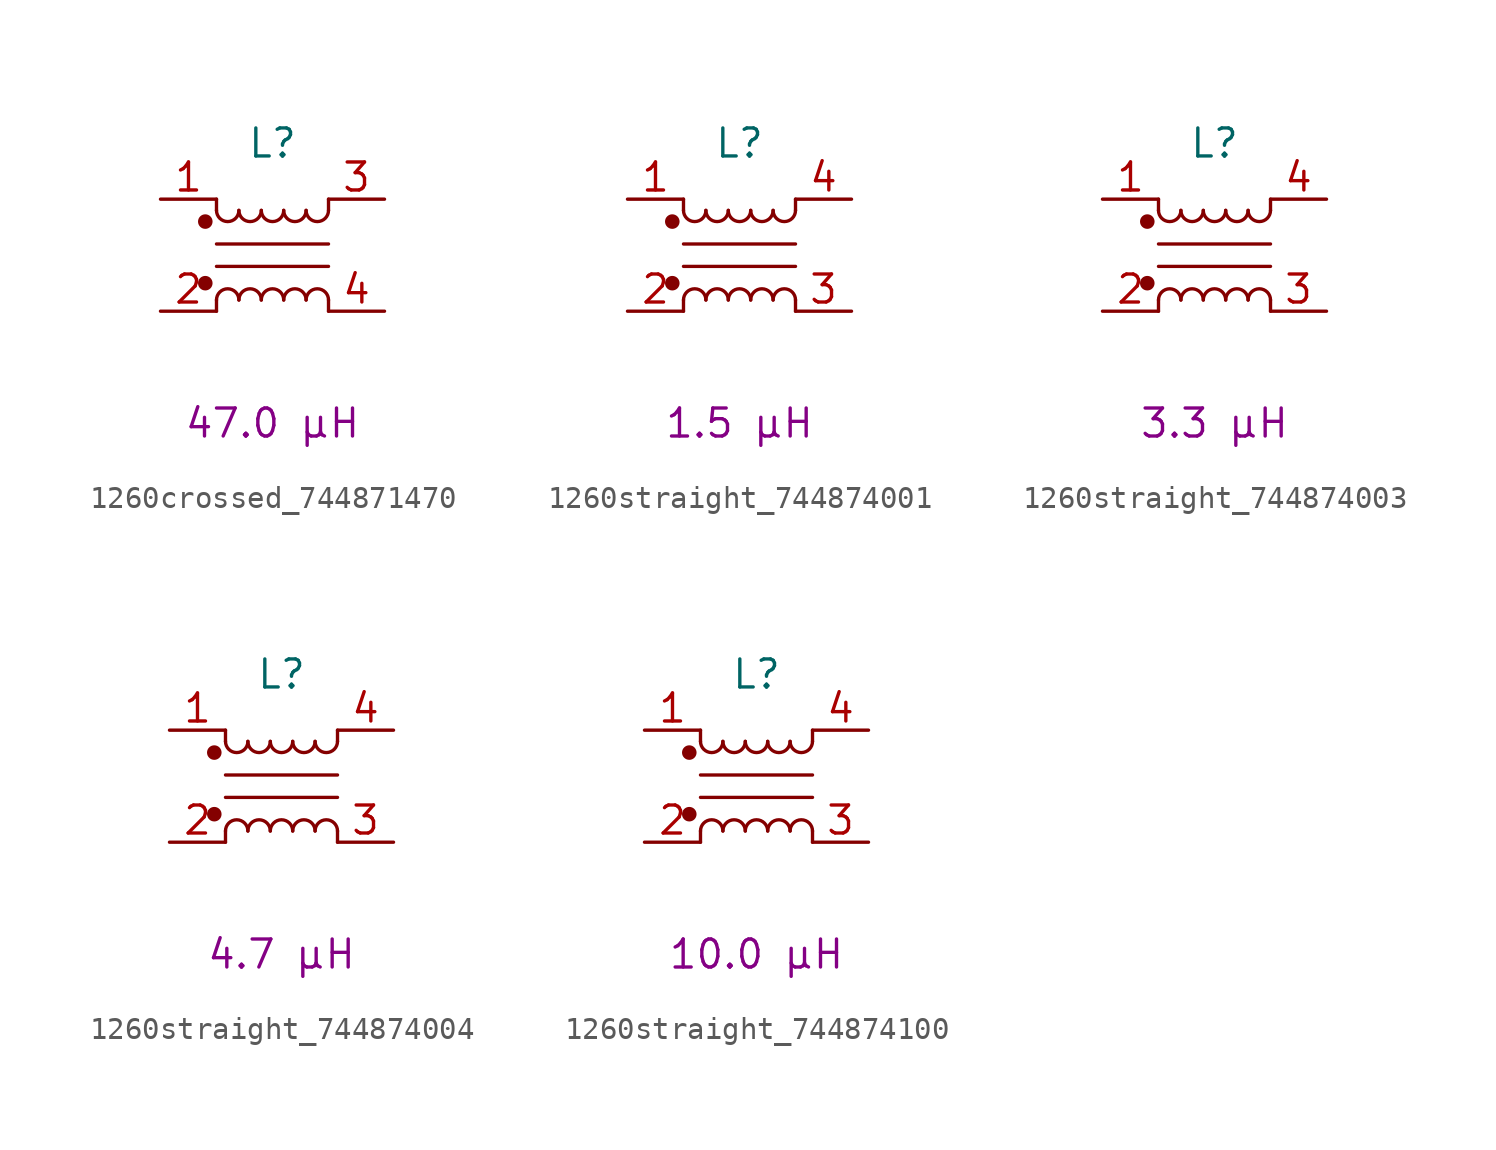
<source format=kicad_sym>
(kicad_symbol_lib
  (version 20220914)
  (generator kicad_symbol_editor)
  (symbol "1260crossed_744871470"
    (pin_names hide)
    (property "Reference" "L"
      (at 0 5.08 0)
      (effects (font (size 1.27 1.27))))
    (property "Critical Parameter" "47.0 µH"
      (at 0 -7.62 0)
      (effects (font (size 1.27 1.27))))
    (symbol "1260crossed_744871470_0_1"
      (circle (center -3.048 -1.27) (radius 0.254) (stroke (width 0) (type default)) (fill (type outline)))
      (circle (center -3.048 1.524) (radius 0.254) (stroke (width 0) (type default)) (fill (type outline)))
      (arc (start -2.54 2.032) (mid -2.032 1.5262) (end -1.524 2.032) (stroke (width 0) (type default)) (fill (type none)))
      (arc (start -1.524 -2.032) (mid -2.032 -1.5262) (end -2.54 -2.032) (stroke (width 0) (type default)) (fill (type none)))
      (arc (start -1.524 2.032) (mid -1.016 1.5262) (end -0.508 2.032) (stroke (width 0) (type default)) (fill (type none)))
      (arc (start -0.508 -2.032) (mid -1.016 -1.5262) (end -1.524 -2.032) (stroke (width 0) (type default)) (fill (type none)))
      (arc (start -0.508 2.032) (mid 0 1.5262) (end 0.508 2.032) (stroke (width 0) (type default)) (fill (type none)))
      (polyline (pts (xy -2.54 -2.032) (xy -2.54 -2.54)) (stroke (width 0) (type default)) (fill (type none)))
      (polyline (pts (xy -2.54 0.508) (xy 2.54 0.508)) (stroke (width 0) (type default)) (fill (type none)))
      (polyline (pts (xy -2.54 2.032) (xy -2.54 2.54)) (stroke (width 0) (type default)) (fill (type none)))
      (polyline (pts (xy 2.54 -2.032) (xy 2.54 -2.54)) (stroke (width 0) (type default)) (fill (type none)))
      (polyline (pts (xy 2.54 -0.508) (xy -2.54 -0.508)) (stroke (width 0) (type default)) (fill (type none)))
      (polyline (pts (xy 2.54 2.54) (xy 2.54 2.032)) (stroke (width 0) (type default)) (fill (type none)))
      (arc (start 0.508 -2.032) (mid 0 -1.5262) (end -0.508 -2.032) (stroke (width 0) (type default)) (fill (type none)))
      (arc (start 0.508 2.032) (mid 1.016 1.5262) (end 1.524 2.032) (stroke (width 0) (type default)) (fill (type none)))
      (arc (start 1.524 -2.032) (mid 1.016 -1.5262) (end 0.508 -2.032) (stroke (width 0) (type default)) (fill (type none)))
      (arc (start 1.524 2.032) (mid 2.032 1.5262) (end 2.54 2.032) (stroke (width 0) (type default)) (fill (type none)))
      (arc (start 2.54 -2.032) (mid 2.032 -1.5262) (end 1.524 -2.032) (stroke (width 0) (type default)) (fill (type none))))
    (symbol "1260crossed_744871470_1_1"
      (pin passive line (at -5.08 2.54 0) (length 2.54) (name "1" (effects (font (size 1.27 1.27)))) (number "1" (effects (font (size 1.27 1.27)))))
      (pin passive line (at -5.08 -2.54 0) (length 2.54) (name "2" (effects (font (size 1.27 1.27)))) (number "2" (effects (font (size 1.27 1.27)))))
      (pin passive line (at 5.08 2.54 180) (length 2.54) (name "3" (effects (font (size 1.27 1.27)))) (number "3" (effects (font (size 1.27 1.27)))))
      (pin passive line (at 5.08 -2.54 180) (length 2.54) (name "4" (effects (font (size 1.27 1.27)))) (number "4" (effects (font (size 1.27 1.27)))))))
  (symbol "1260straight_744874001"
    (pin_names hide)
    (property "Reference" "L"
      (at 0 5.08 0)
      (effects (font (size 1.27 1.27))))
    (property "Critical Parameter" "1.5 µH"
      (at 0 -7.62 0)
      (effects (font (size 1.27 1.27))))
    (symbol "1260straight_744874001_0_1"
      (circle (center -3.048 -1.27) (radius 0.254) (stroke (width 0) (type default)) (fill (type outline)))
      (circle (center -3.048 1.524) (radius 0.254) (stroke (width 0) (type default)) (fill (type outline)))
      (arc (start -2.54 2.032) (mid -2.032 1.5262) (end -1.524 2.032) (stroke (width 0) (type default)) (fill (type none)))
      (arc (start -1.524 -2.032) (mid -2.032 -1.5262) (end -2.54 -2.032) (stroke (width 0) (type default)) (fill (type none)))
      (arc (start -1.524 2.032) (mid -1.016 1.5262) (end -0.508 2.032) (stroke (width 0) (type default)) (fill (type none)))
      (arc (start -0.508 -2.032) (mid -1.016 -1.5262) (end -1.524 -2.032) (stroke (width 0) (type default)) (fill (type none)))
      (arc (start -0.508 2.032) (mid 0 1.5262) (end 0.508 2.032) (stroke (width 0) (type default)) (fill (type none)))
      (polyline (pts (xy -2.54 -2.032) (xy -2.54 -2.54)) (stroke (width 0) (type default)) (fill (type none)))
      (polyline (pts (xy -2.54 0.508) (xy 2.54 0.508)) (stroke (width 0) (type default)) (fill (type none)))
      (polyline (pts (xy -2.54 2.032) (xy -2.54 2.54)) (stroke (width 0) (type default)) (fill (type none)))
      (polyline (pts (xy 2.54 -2.032) (xy 2.54 -2.54)) (stroke (width 0) (type default)) (fill (type none)))
      (polyline (pts (xy 2.54 -0.508) (xy -2.54 -0.508)) (stroke (width 0) (type default)) (fill (type none)))
      (polyline (pts (xy 2.54 2.54) (xy 2.54 2.032)) (stroke (width 0) (type default)) (fill (type none)))
      (arc (start 0.508 -2.032) (mid 0 -1.5262) (end -0.508 -2.032) (stroke (width 0) (type default)) (fill (type none)))
      (arc (start 0.508 2.032) (mid 1.016 1.5262) (end 1.524 2.032) (stroke (width 0) (type default)) (fill (type none)))
      (arc (start 1.524 -2.032) (mid 1.016 -1.5262) (end 0.508 -2.032) (stroke (width 0) (type default)) (fill (type none)))
      (arc (start 1.524 2.032) (mid 2.032 1.5262) (end 2.54 2.032) (stroke (width 0) (type default)) (fill (type none)))
      (arc (start 2.54 -2.032) (mid 2.032 -1.5262) (end 1.524 -2.032) (stroke (width 0) (type default)) (fill (type none))))
    (symbol "1260straight_744874001_1_1"
      (pin passive line (at -5.08 2.54 0) (length 2.54) (name "1" (effects (font (size 1.27 1.27)))) (number "1" (effects (font (size 1.27 1.27)))))
      (pin passive line (at -5.08 -2.54 0) (length 2.54) (name "2" (effects (font (size 1.27 1.27)))) (number "2" (effects (font (size 1.27 1.27)))))
      (pin passive line (at 5.08 -2.54 180) (length 2.54) (name "3" (effects (font (size 1.27 1.27)))) (number "3" (effects (font (size 1.27 1.27)))))
      (pin passive line (at 5.08 2.54 180) (length 2.54) (name "4" (effects (font (size 1.27 1.27)))) (number "4" (effects (font (size 1.27 1.27)))))))
  (symbol "1260straight_744874003"
    (pin_names hide)
    (property "Reference" "L"
      (at 0 5.08 0)
      (effects (font (size 1.27 1.27))))
    (property "Critical Parameter" "3.3 µH"
      (at 0 -7.62 0)
      (effects (font (size 1.27 1.27))))
    (symbol "1260straight_744874003_0_1"
      (circle (center -3.048 -1.27) (radius 0.254) (stroke (width 0) (type default)) (fill (type outline)))
      (circle (center -3.048 1.524) (radius 0.254) (stroke (width 0) (type default)) (fill (type outline)))
      (arc (start -2.54 2.032) (mid -2.032 1.5262) (end -1.524 2.032) (stroke (width 0) (type default)) (fill (type none)))
      (arc (start -1.524 -2.032) (mid -2.032 -1.5262) (end -2.54 -2.032) (stroke (width 0) (type default)) (fill (type none)))
      (arc (start -1.524 2.032) (mid -1.016 1.5262) (end -0.508 2.032) (stroke (width 0) (type default)) (fill (type none)))
      (arc (start -0.508 -2.032) (mid -1.016 -1.5262) (end -1.524 -2.032) (stroke (width 0) (type default)) (fill (type none)))
      (arc (start -0.508 2.032) (mid 0 1.5262) (end 0.508 2.032) (stroke (width 0) (type default)) (fill (type none)))
      (polyline (pts (xy -2.54 -2.032) (xy -2.54 -2.54)) (stroke (width 0) (type default)) (fill (type none)))
      (polyline (pts (xy -2.54 0.508) (xy 2.54 0.508)) (stroke (width 0) (type default)) (fill (type none)))
      (polyline (pts (xy -2.54 2.032) (xy -2.54 2.54)) (stroke (width 0) (type default)) (fill (type none)))
      (polyline (pts (xy 2.54 -2.032) (xy 2.54 -2.54)) (stroke (width 0) (type default)) (fill (type none)))
      (polyline (pts (xy 2.54 -0.508) (xy -2.54 -0.508)) (stroke (width 0) (type default)) (fill (type none)))
      (polyline (pts (xy 2.54 2.54) (xy 2.54 2.032)) (stroke (width 0) (type default)) (fill (type none)))
      (arc (start 0.508 -2.032) (mid 0 -1.5262) (end -0.508 -2.032) (stroke (width 0) (type default)) (fill (type none)))
      (arc (start 0.508 2.032) (mid 1.016 1.5262) (end 1.524 2.032) (stroke (width 0) (type default)) (fill (type none)))
      (arc (start 1.524 -2.032) (mid 1.016 -1.5262) (end 0.508 -2.032) (stroke (width 0) (type default)) (fill (type none)))
      (arc (start 1.524 2.032) (mid 2.032 1.5262) (end 2.54 2.032) (stroke (width 0) (type default)) (fill (type none)))
      (arc (start 2.54 -2.032) (mid 2.032 -1.5262) (end 1.524 -2.032) (stroke (width 0) (type default)) (fill (type none))))
    (symbol "1260straight_744874003_1_1"
      (pin passive line (at -5.08 2.54 0) (length 2.54) (name "1" (effects (font (size 1.27 1.27)))) (number "1" (effects (font (size 1.27 1.27)))))
      (pin passive line (at -5.08 -2.54 0) (length 2.54) (name "2" (effects (font (size 1.27 1.27)))) (number "2" (effects (font (size 1.27 1.27)))))
      (pin passive line (at 5.08 -2.54 180) (length 2.54) (name "3" (effects (font (size 1.27 1.27)))) (number "3" (effects (font (size 1.27 1.27)))))
      (pin passive line (at 5.08 2.54 180) (length 2.54) (name "4" (effects (font (size 1.27 1.27)))) (number "4" (effects (font (size 1.27 1.27)))))))
  (symbol "1260straight_744874004"
    (pin_names hide)
    (property "Reference" "L"
      (at 0 5.08 0)
      (effects (font (size 1.27 1.27))))
    (property "Critical Parameter" "4.7 µH"
      (at 0 -7.62 0)
      (effects (font (size 1.27 1.27))))
    (symbol "1260straight_744874004_0_1"
      (circle (center -3.048 -1.27) (radius 0.254) (stroke (width 0) (type default)) (fill (type outline)))
      (circle (center -3.048 1.524) (radius 0.254) (stroke (width 0) (type default)) (fill (type outline)))
      (arc (start -2.54 2.032) (mid -2.032 1.5262) (end -1.524 2.032) (stroke (width 0) (type default)) (fill (type none)))
      (arc (start -1.524 -2.032) (mid -2.032 -1.5262) (end -2.54 -2.032) (stroke (width 0) (type default)) (fill (type none)))
      (arc (start -1.524 2.032) (mid -1.016 1.5262) (end -0.508 2.032) (stroke (width 0) (type default)) (fill (type none)))
      (arc (start -0.508 -2.032) (mid -1.016 -1.5262) (end -1.524 -2.032) (stroke (width 0) (type default)) (fill (type none)))
      (arc (start -0.508 2.032) (mid 0 1.5262) (end 0.508 2.032) (stroke (width 0) (type default)) (fill (type none)))
      (polyline (pts (xy -2.54 -2.032) (xy -2.54 -2.54)) (stroke (width 0) (type default)) (fill (type none)))
      (polyline (pts (xy -2.54 0.508) (xy 2.54 0.508)) (stroke (width 0) (type default)) (fill (type none)))
      (polyline (pts (xy -2.54 2.032) (xy -2.54 2.54)) (stroke (width 0) (type default)) (fill (type none)))
      (polyline (pts (xy 2.54 -2.032) (xy 2.54 -2.54)) (stroke (width 0) (type default)) (fill (type none)))
      (polyline (pts (xy 2.54 -0.508) (xy -2.54 -0.508)) (stroke (width 0) (type default)) (fill (type none)))
      (polyline (pts (xy 2.54 2.54) (xy 2.54 2.032)) (stroke (width 0) (type default)) (fill (type none)))
      (arc (start 0.508 -2.032) (mid 0 -1.5262) (end -0.508 -2.032) (stroke (width 0) (type default)) (fill (type none)))
      (arc (start 0.508 2.032) (mid 1.016 1.5262) (end 1.524 2.032) (stroke (width 0) (type default)) (fill (type none)))
      (arc (start 1.524 -2.032) (mid 1.016 -1.5262) (end 0.508 -2.032) (stroke (width 0) (type default)) (fill (type none)))
      (arc (start 1.524 2.032) (mid 2.032 1.5262) (end 2.54 2.032) (stroke (width 0) (type default)) (fill (type none)))
      (arc (start 2.54 -2.032) (mid 2.032 -1.5262) (end 1.524 -2.032) (stroke (width 0) (type default)) (fill (type none))))
    (symbol "1260straight_744874004_1_1"
      (pin passive line (at -5.08 2.54 0) (length 2.54) (name "1" (effects (font (size 1.27 1.27)))) (number "1" (effects (font (size 1.27 1.27)))))
      (pin passive line (at -5.08 -2.54 0) (length 2.54) (name "2" (effects (font (size 1.27 1.27)))) (number "2" (effects (font (size 1.27 1.27)))))
      (pin passive line (at 5.08 -2.54 180) (length 2.54) (name "3" (effects (font (size 1.27 1.27)))) (number "3" (effects (font (size 1.27 1.27)))))
      (pin passive line (at 5.08 2.54 180) (length 2.54) (name "4" (effects (font (size 1.27 1.27)))) (number "4" (effects (font (size 1.27 1.27)))))))
  (symbol "1260straight_744874100"
    (pin_names hide)
    (property "Reference" "L"
      (at 0 5.08 0)
      (effects (font (size 1.27 1.27))))
    (property "Critical Parameter" "10.0 µH"
      (at 0 -7.62 0)
      (effects (font (size 1.27 1.27))))
    (symbol "1260straight_744874100_0_1"
      (circle (center -3.048 -1.27) (radius 0.254) (stroke (width 0) (type default)) (fill (type outline)))
      (circle (center -3.048 1.524) (radius 0.254) (stroke (width 0) (type default)) (fill (type outline)))
      (arc (start -2.54 2.032) (mid -2.032 1.5262) (end -1.524 2.032) (stroke (width 0) (type default)) (fill (type none)))
      (arc (start -1.524 -2.032) (mid -2.032 -1.5262) (end -2.54 -2.032) (stroke (width 0) (type default)) (fill (type none)))
      (arc (start -1.524 2.032) (mid -1.016 1.5262) (end -0.508 2.032) (stroke (width 0) (type default)) (fill (type none)))
      (arc (start -0.508 -2.032) (mid -1.016 -1.5262) (end -1.524 -2.032) (stroke (width 0) (type default)) (fill (type none)))
      (arc (start -0.508 2.032) (mid 0 1.5262) (end 0.508 2.032) (stroke (width 0) (type default)) (fill (type none)))
      (polyline (pts (xy -2.54 -2.032) (xy -2.54 -2.54)) (stroke (width 0) (type default)) (fill (type none)))
      (polyline (pts (xy -2.54 0.508) (xy 2.54 0.508)) (stroke (width 0) (type default)) (fill (type none)))
      (polyline (pts (xy -2.54 2.032) (xy -2.54 2.54)) (stroke (width 0) (type default)) (fill (type none)))
      (polyline (pts (xy 2.54 -2.032) (xy 2.54 -2.54)) (stroke (width 0) (type default)) (fill (type none)))
      (polyline (pts (xy 2.54 -0.508) (xy -2.54 -0.508)) (stroke (width 0) (type default)) (fill (type none)))
      (polyline (pts (xy 2.54 2.54) (xy 2.54 2.032)) (stroke (width 0) (type default)) (fill (type none)))
      (arc (start 0.508 -2.032) (mid 0 -1.5262) (end -0.508 -2.032) (stroke (width 0) (type default)) (fill (type none)))
      (arc (start 0.508 2.032) (mid 1.016 1.5262) (end 1.524 2.032) (stroke (width 0) (type default)) (fill (type none)))
      (arc (start 1.524 -2.032) (mid 1.016 -1.5262) (end 0.508 -2.032) (stroke (width 0) (type default)) (fill (type none)))
      (arc (start 1.524 2.032) (mid 2.032 1.5262) (end 2.54 2.032) (stroke (width 0) (type default)) (fill (type none)))
      (arc (start 2.54 -2.032) (mid 2.032 -1.5262) (end 1.524 -2.032) (stroke (width 0) (type default)) (fill (type none))))
    (symbol "1260straight_744874100_1_1"
      (pin passive line (at -5.08 2.54 0) (length 2.54) (name "1" (effects (font (size 1.27 1.27)))) (number "1" (effects (font (size 1.27 1.27)))))
      (pin passive line (at -5.08 -2.54 0) (length 2.54) (name "2" (effects (font (size 1.27 1.27)))) (number "2" (effects (font (size 1.27 1.27)))))
      (pin passive line (at 5.08 -2.54 180) (length 2.54) (name "3" (effects (font (size 1.27 1.27)))) (number "3" (effects (font (size 1.27 1.27)))))
      (pin passive line (at 5.08 2.54 180) (length 2.54) (name "4" (effects (font (size 1.27 1.27)))) (number "4" (effects (font (size 1.27 1.27))))))))
</source>
